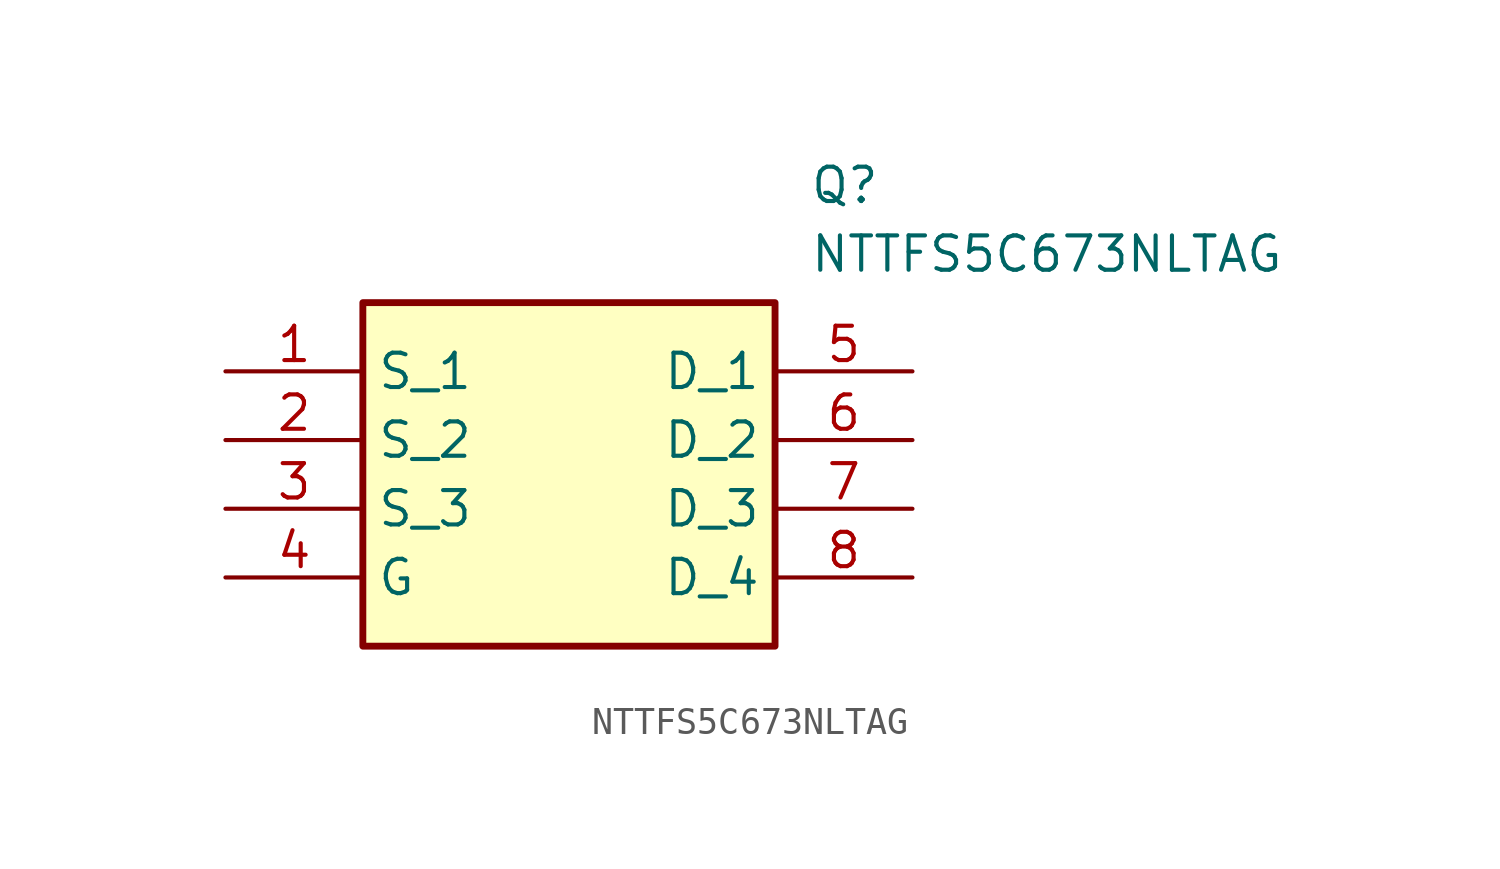
<source format=kicad_sym>
(kicad_symbol_lib
  (version 20211014)
  (generator SamacSys_ECAD_Model)
  (symbol "NTTFS5C673NLTAG"
    (property "Reference" "Q"
      (at 21.59 7.62 0)
      (effects (font (size 1.27 1.27)) (justify left top)))
    (property "Value" "NTTFS5C673NLTAG"
      (at 21.59 5.08 0)
      (effects (font (size 1.27 1.27)) (justify left top)))
    (rectangle
      (start 5.08 2.54)
      (end 20.32 -10.16)
      (stroke (width 0.254) (type default))
      (fill (type background)))
    (pin passive line
      (at 0 0 0)
      (length 5.08)
      (name "S_1" (effects (font (size 1.27 1.27))))
      (number "1" (effects (font (size 1.27 1.27)))))
    (pin passive line
      (at 0 -2.54 0)
      (length 5.08)
      (name "S_2" (effects (font (size 1.27 1.27))))
      (number "2" (effects (font (size 1.27 1.27)))))
    (pin passive line
      (at 0 -5.08 0)
      (length 5.08)
      (name "S_3" (effects (font (size 1.27 1.27))))
      (number "3" (effects (font (size 1.27 1.27)))))
    (pin passive line
      (at 0 -7.62 0)
      (length 5.08)
      (name "G" (effects (font (size 1.27 1.27))))
      (number "4" (effects (font (size 1.27 1.27)))))
    (pin passive line
      (at 25.4 0 180)
      (length 5.08)
      (name "D_1" (effects (font (size 1.27 1.27))))
      (number "5" (effects (font (size 1.27 1.27)))))
    (pin passive line
      (at 25.4 -2.54 180)
      (length 5.08)
      (name "D_2" (effects (font (size 1.27 1.27))))
      (number "6" (effects (font (size 1.27 1.27)))))
    (pin passive line
      (at 25.4 -5.08 180)
      (length 5.08)
      (name "D_3" (effects (font (size 1.27 1.27))))
      (number "7" (effects (font (size 1.27 1.27)))))
    (pin passive line
      (at 25.4 -7.62 180)
      (length 5.08)
      (name "D_4" (effects (font (size 1.27 1.27))))
      (number "8" (effects (font (size 1.27 1.27)))))))
</source>
